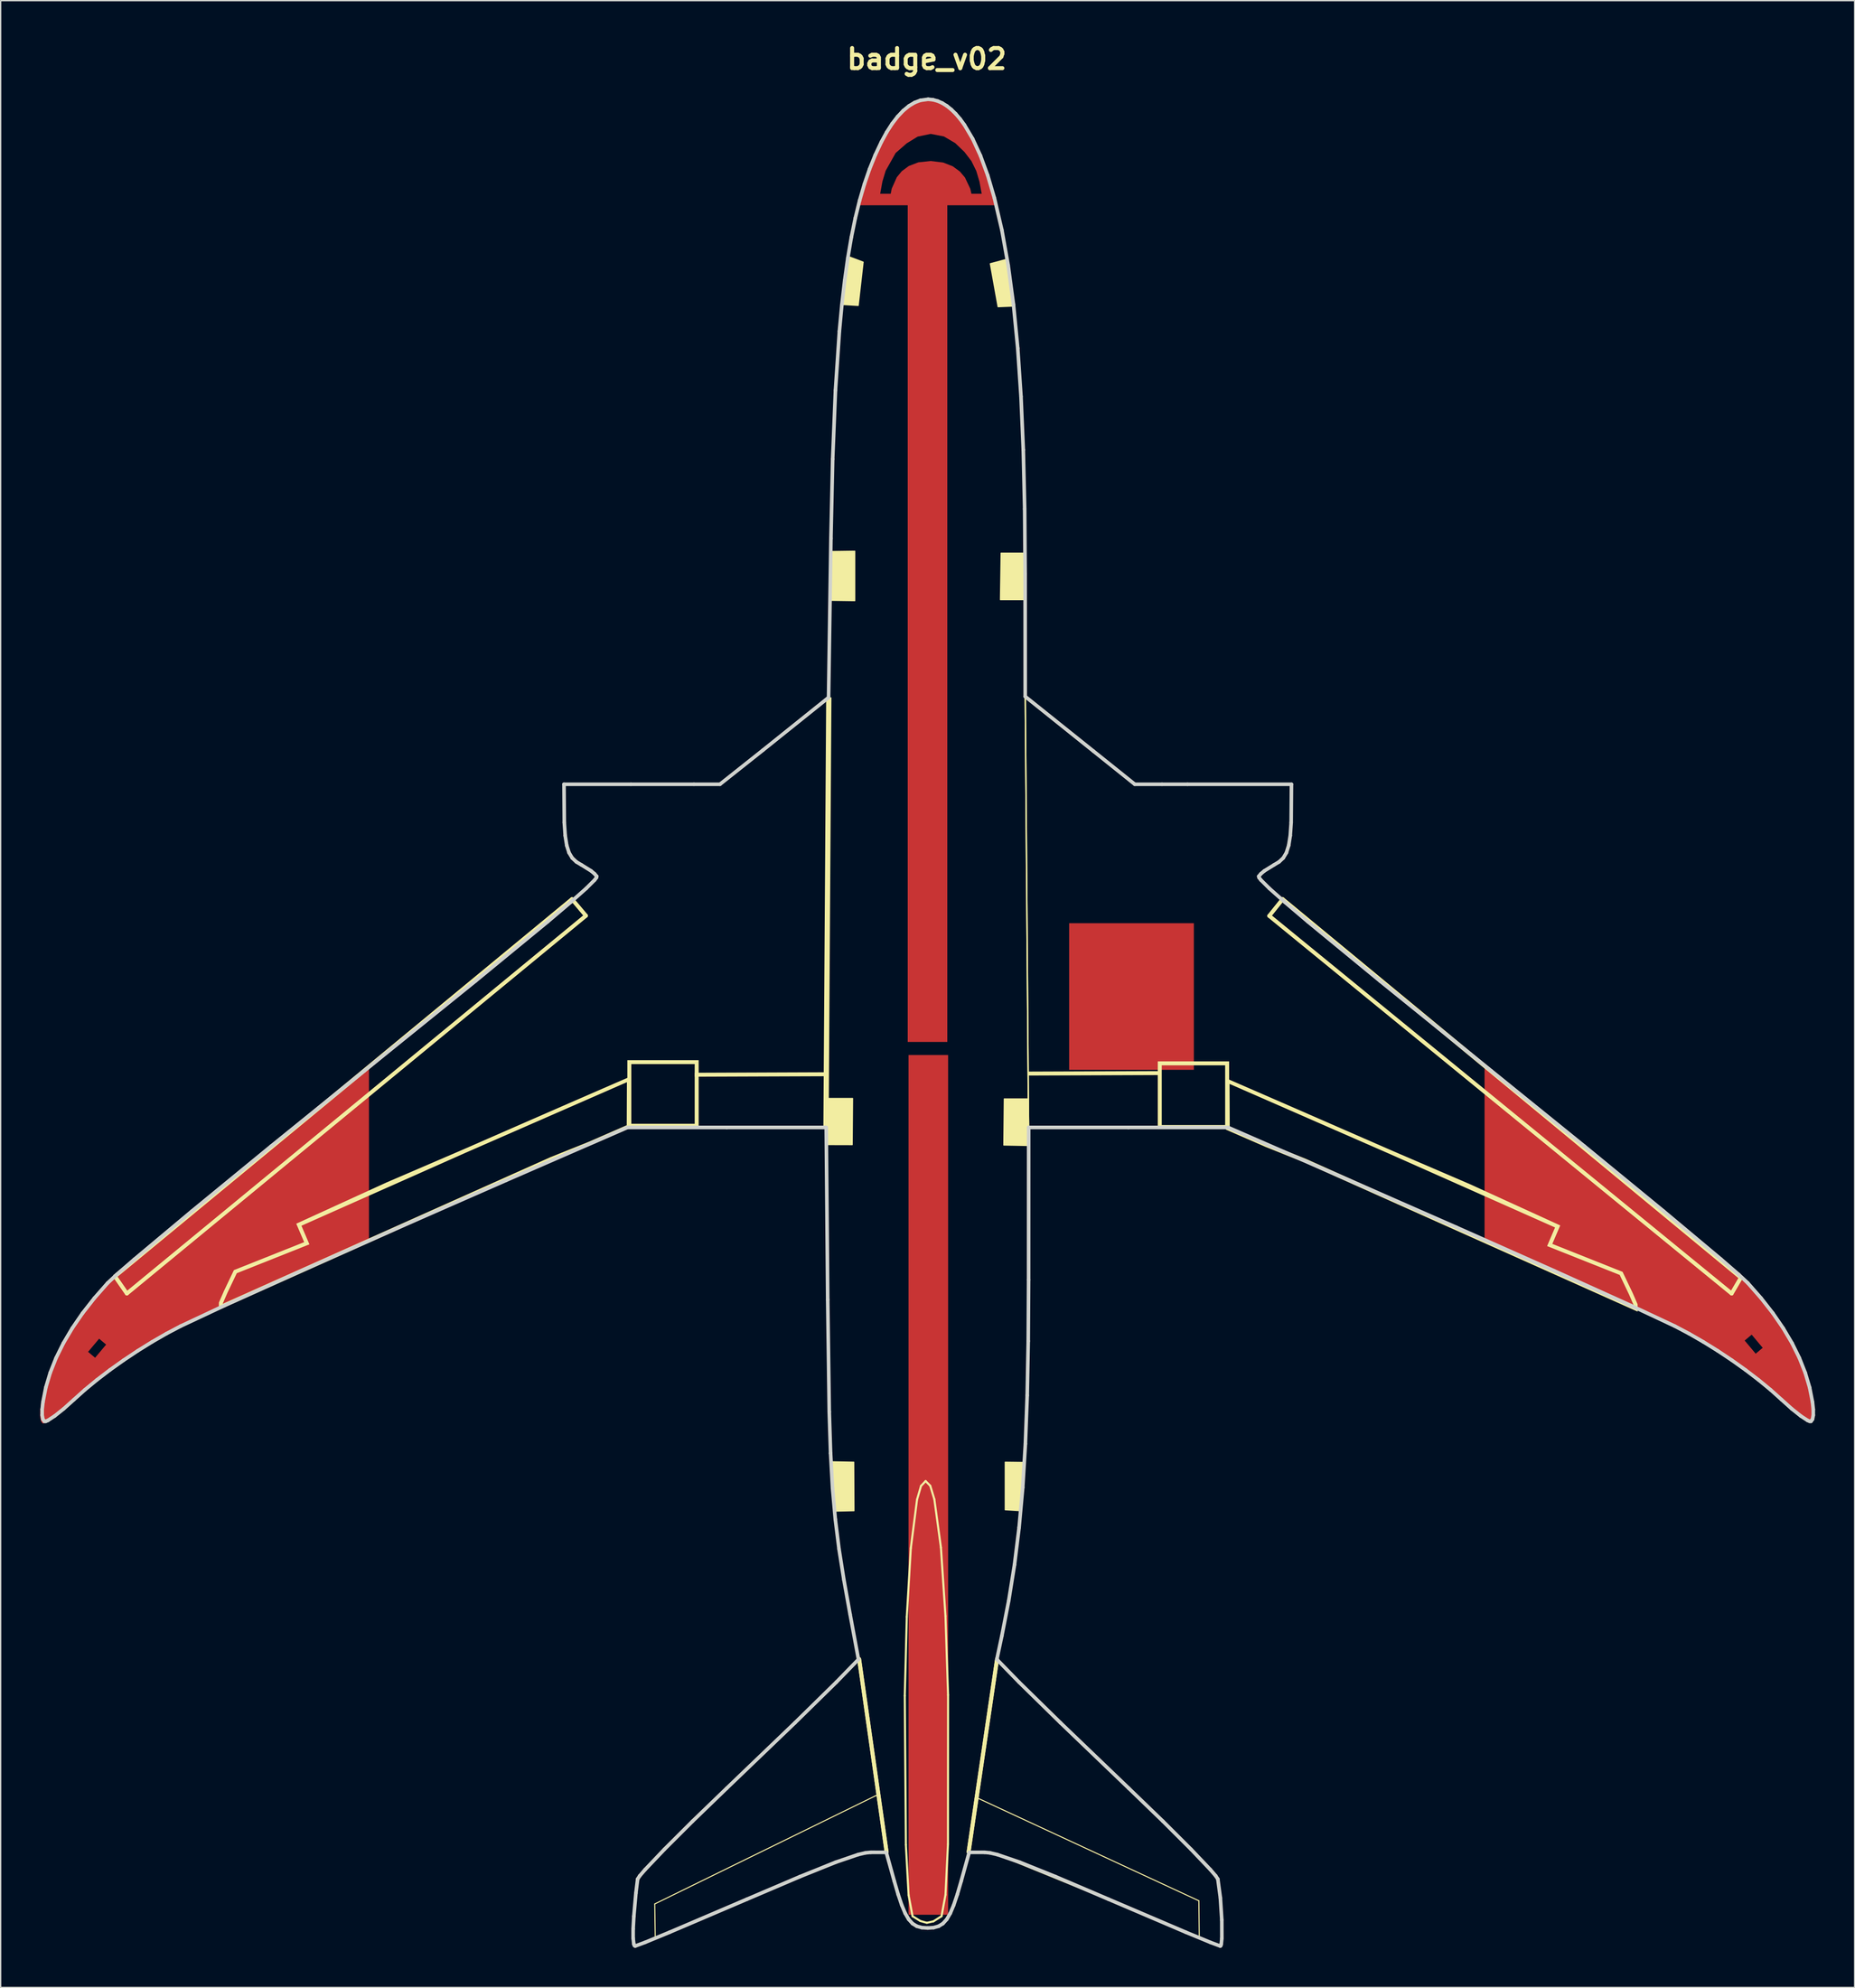
<source format=kicad_pcb>
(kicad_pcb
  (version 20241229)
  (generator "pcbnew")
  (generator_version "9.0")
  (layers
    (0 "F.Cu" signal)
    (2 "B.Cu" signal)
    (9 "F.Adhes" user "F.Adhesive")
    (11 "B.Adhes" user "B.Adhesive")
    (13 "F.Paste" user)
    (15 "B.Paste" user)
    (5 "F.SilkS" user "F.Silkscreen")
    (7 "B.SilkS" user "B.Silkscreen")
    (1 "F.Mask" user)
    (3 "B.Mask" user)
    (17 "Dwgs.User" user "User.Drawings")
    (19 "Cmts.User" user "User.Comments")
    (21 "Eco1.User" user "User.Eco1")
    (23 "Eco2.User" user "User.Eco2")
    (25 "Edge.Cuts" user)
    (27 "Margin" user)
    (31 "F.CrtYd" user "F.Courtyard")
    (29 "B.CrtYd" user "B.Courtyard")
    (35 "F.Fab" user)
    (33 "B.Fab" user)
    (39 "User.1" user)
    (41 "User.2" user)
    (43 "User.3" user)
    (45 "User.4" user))
  (footprint "badge_v02"
    (layer "F.Cu")
    (at 67.226 74.476)
    (property "Reference" "badge_v02" (at 0 -73.05 0) (layer "F.SilkS") (effects (font (size 1.524 1.524) (thickness 0.305))))
    (attr smd)
    (fp_poly (pts (xy -1.442 -63.713) (xy 1.558 -63.713) (xy 1.558 1.461) (xy -1.442 1.461) (xy -1.442 -63.713)) (stroke (width 0) (type solid)) (fill yes) (layer "F.Cu"))
    (fp_poly (pts (xy -1.381 2.454) (xy 1.619 2.454) (xy 1.619 67.628) (xy -1.381 67.628) (xy -1.381 2.454)) (stroke (width 0) (type solid)) (fill yes) (layer "F.Cu"))
    (fp_poly (pts (xy 10.798 -7.539) (xy 20.254 -7.539) (xy 20.254 3.575) (xy 10.798 3.575) (xy 10.798 -7.539)) (stroke (width 0) (type solid)) (fill yes) (layer "F.Cu"))
    (fp_poly (pts (xy -42.298 3.393) (xy -62.76 23.959) (xy -62.228 24.405) (xy -63.065 25.403) (xy -63.597 24.956) (xy -62.76 23.959) (xy -42.298 3.393) (xy -42.804 3.802) (xy -49.861 9.511) (xy -55.882 14.448) (xy -60.228 18.084) (xy -61.574 19.249) (xy -62.262 19.891) (xy -63.268 21.036) (xy -64.162 22.177) (xy -64.944 23.315) (xy -65.615 24.447) (xy -66.172 25.574) (xy -66.617 26.695) (xy -66.948 27.81) (xy -67.166 28.917) (xy -67.225 29.472) (xy -67.226 29.908) (xy -67.169 30.212) (xy -67.054 30.375) (xy -66.955 30.375) (xy -66.786 30.302) (xy -66.274 29.967) (xy -65.593 29.424) (xy -64.816 28.728) (xy -63.992 27.988) (xy -63.078 27.236) (xy -62.093 26.484) (xy -61.055 25.744) (xy -59.981 25.029) (xy -58.891 24.352) (xy -57.802 23.725) (xy -56.733 23.161) (xy -53.398 21.595) (xy -47.571 18.961) (xy -42.298 16.617) (xy -42.298 3.393)) (stroke (width 0) (type solid)) (fill yes) (layer "F.Cu"))
    (fp_poly (pts (xy 42.298 3.241) (xy 62.554 23.652) (xy 63.391 24.649) (xy 62.859 25.096) (xy 62.022 24.098) (xy 62.554 23.652) (xy 42.298 3.241) (xy 42.298 16.465) (xy 47.571 18.809) (xy 53.398 21.443) (xy 56.732 23.009) (xy 57.802 23.574) (xy 58.891 24.2) (xy 59.981 24.877) (xy 61.055 25.592) (xy 62.093 26.332) (xy 63.078 27.084) (xy 63.992 27.836) (xy 64.816 28.576) (xy 65.593 29.272) (xy 66.274 29.815) (xy 66.786 30.15) (xy 66.955 30.223) (xy 67.054 30.223) (xy 67.168 30.06) (xy 67.226 29.756) (xy 67.225 29.32) (xy 67.166 28.765) (xy 66.948 27.658) (xy 66.617 26.543) (xy 66.172 25.423) (xy 65.615 24.295) (xy 64.944 23.163) (xy 64.162 22.025) (xy 63.267 20.884) (xy 62.262 19.739) (xy 61.574 19.097) (xy 60.228 17.932) (xy 55.882 14.296) (xy 49.861 9.359) (xy 42.804 3.65) (xy 42.298 3.241)) (stroke (width 0) (type solid)) (fill yes) (layer "F.Cu"))
    (fp_poly (pts (xy 0.046 -70.09) (xy 0.3 -67.376) (xy 1.303 -67.181) (xy 2.157 -66.679) (xy 2.855 -66.012) (xy 3.386 -65.319) (xy 3.758 -64.561) (xy 3.999 -63.749) (xy 4.167 -62.836) (xy 3.386 -62.836) (xy 3.299 -63.221) (xy 2.898 -64.068) (xy 2.513 -64.522) (xy 1.969 -64.921) (xy 1.241 -65.205) (xy 0.3 -65.319) (xy -0.638 -65.219) (xy -1.361 -64.941) (xy -1.896 -64.545) (xy -2.272 -64.087) (xy -2.656 -63.228) (xy -2.734 -62.836) (xy -3.531 -62.836) (xy -3.363 -63.765) (xy -3.118 -64.579) (xy -2.36 -65.927) (xy -1.523 -66.658) (xy -0.691 -67.169) (xy 0.3 -67.376) (xy 0.046 -70.09) (xy -0.546 -70.008) (xy -0.982 -69.841) (xy -1.415 -69.58) (xy -1.846 -69.226) (xy -2.271 -68.778) (xy -2.689 -68.234) (xy -3.1 -67.594) (xy -3.502 -66.858) (xy -3.967 -65.866) (xy -4.397 -64.802) (xy -4.791 -63.656) (xy -5.152 -62.418) (xy -5.263 -61.966) (xy 5.216 -61.966) (xy 5.069 -62.598) (xy 4.562 -64.316) (xy 4.011 -65.816) (xy 3.418 -67.096) (xy 2.793 -68.153) (xy 2.469 -68.596) (xy 2.139 -68.983) (xy 1.803 -69.312) (xy 1.463 -69.584) (xy 1.119 -69.798) (xy 0.772 -69.953) (xy 0.423 -70.05) (xy 0.046 -70.09)) (stroke (width 0) (type solid)) (fill yes) (layer "F.Cu"))
    (fp_poly (pts (xy -63.597 24.956) (xy -62.76 23.958) (xy -62.228 24.405) (xy -63.065 25.403) (xy -63.597 24.956)) (stroke (width 0) (type solid)) (fill yes) (layer "F.Mask"))
    (fp_poly (pts (xy 63.392 24.649) (xy 62.554 23.652) (xy 62.022 24.098) (xy 62.859 25.096) (xy 63.392 24.649)) (stroke (width 0) (type solid)) (fill yes) (layer "F.Mask"))
    (fp_poly (pts (xy -3.279 -63.753) (xy -3.034 -64.568) (xy -2.276 -65.916) (xy -1.439 -66.646) (xy -0.607 -67.158) (xy 0.384 -67.365) (xy 1.387 -67.17) (xy 2.242 -66.668) (xy 2.939 -66) (xy 3.47 -65.308) (xy 3.842 -64.55) (xy 4.083 -63.737) (xy 4.25 -62.825) (xy 3.47 -62.825) (xy 3.384 -63.209) (xy 2.982 -64.057) (xy 2.597 -64.511) (xy 2.053 -64.909) (xy 1.325 -65.194) (xy 0.384 -65.308) (xy -0.554 -65.208) (xy -1.277 -64.93) (xy -1.812 -64.533) (xy -2.188 -64.076) (xy -2.572 -63.216) (xy -2.65 -62.825) (xy -3.446 -62.825) (xy -3.279 -63.753)) (stroke (width 0.07) (type solid)) (fill yes) (layer "F.Mask"))
    (fp_poly (pts (xy 19.26 -7.152) (xy 16.177 -5.154) (xy 16.256 -5.119) (xy 16.191 -5.038) (xy 16.125 -4.976) (xy 16.033 -5.093) (xy 15.941 -5.209) (xy 15.941 -5.209) (xy 16.019 -5.189) (xy 16.177 -5.154) (xy 19.26 -7.152) (xy 15.822 -4.675) (xy 15.715 -4.554) (xy 15.587 -4.43) (xy 15.573 -4.509) (xy 15.567 -4.703) (xy 15.577 -4.979) (xy 15.577 -4.979) (xy 15.705 -4.827) (xy 15.822 -4.675) (xy 19.26 -7.152) (xy 15.153 -3.93) (xy 15.047 -3.813) (xy 14.621 -3.309) (xy 14.107 -2.663) (xy 13.802 -2.279) (xy 13.783 -2.267) (xy 13.777 -2.279) (xy 13.787 -2.36) (xy 13.86 -2.702) (xy 13.976 -3.063) (xy 14.131 -3.432) (xy 14.322 -3.797) (xy 14.689 -4.363) (xy 15.055 -4.855) (xy 15.151 -4.965) (xy 15.151 -4.965) (xy 15.152 -4.448) (xy 15.153 -3.93) (xy 19.26 -7.152) (xy 19.067 -7.13) (xy 13.278 -1.773) (xy 13.349 -1.757) (xy 13.361 -1.726) (xy 13.269 -1.552) (xy 13.049 -1.209) (xy 12.64 -0.586) (xy 12.543 -0.426) (xy 12.468 -0.593) (xy 12.365 -0.847) (xy 12.282 -1.101) (xy 12.22 -1.354) (xy 12.179 -1.606) (xy 12.158 -1.781) (xy 12.158 -1.781) (xy 12.759 -1.781) (xy 13.278 -1.773) (xy 19.067 -7.13) (xy 18.845 -7.064) (xy 16.775 -4.931) (xy 16.956 -4.83) (xy 17.196 -4.679) (xy 17.423 -4.502) (xy 17.636 -4.302) (xy 17.833 -4.082) (xy 18.011 -3.844) (xy 18.167 -3.592) (xy 18.299 -3.328) (xy 18.406 -3.055) (xy 18.516 -2.63) (xy 18.571 -2.274) (xy 18.558 -2.245) (xy 18.486 -2.23) (xy 17.981 -2.222) (xy 17.39 -2.222) (xy 17.371 -2.353) (xy 17.301 -2.739) (xy 17.204 -3.097) (xy 17.102 -3.358) (xy 16.952 -3.678) (xy 16.781 -4.004) (xy 16.615 -4.284) (xy 16.449 -4.574) (xy 16.497 -4.645) (xy 16.612 -4.769) (xy 16.775 -4.931) (xy 16.775 -4.931) (xy 18.845 -7.064) (xy 18.595 -6.956) (xy 16.027 -4.129) (xy 16.089 -4.186) (xy 16.135 -4.203) (xy 16.135 -4.203) (xy 16.165 -4.191) (xy 16.195 -4.158) (xy 16.274 -4.037) (xy 16.502 -3.643) (xy 16.695 -3.229) (xy 16.84 -2.822) (xy 16.929 -2.446) (xy 16.965 -2.222) (xy 16.266 -2.222) (xy 15.566 -2.222) (xy 15.566 -2.91) (xy 15.566 -3.599) (xy 15.812 -3.883) (xy 16.027 -4.129) (xy 18.595 -6.956) (xy 18.32 -6.806) (xy 18.022 -6.616) (xy 15.153 -3.11) (xy 15.153 -2.666) (xy 15.153 -2.222) (xy 14.808 -2.222) (xy 14.463 -2.236) (xy 14.808 -2.68) (xy 15.153 -3.11) (xy 18.022 -6.616) (xy 17.704 -6.388) (xy 14.094 -1.767) (xy 14.623 -1.775) (xy 15.153 -1.783) (xy 15.153 -1.782) (xy 15.153 -0.402) (xy 15.146 0.976) (xy 14.856 0.595) (xy 14.476 0.053) (xy 14.306 -0.229) (xy 14.154 -0.519) (xy 14.025 -0.807) (xy 13.924 -1.082) (xy 13.823 -1.395) (xy 13.958 -1.581) (xy 14.094 -1.767) (xy 17.704 -6.388) (xy 17.366 -6.121) (xy 17.011 -5.816) (xy 16.788 -5.618) (xy 14.745 -5.193) (xy 14.752 -5.178) (xy 14.726 -5.132) (xy 14.55 -4.897) (xy 14.241 -4.464) (xy 13.967 -4.025) (xy 13.74 -3.602) (xy 13.572 -3.213) (xy 13.43 -2.72) (xy 13.38 -2.478) (xy 13.361 -2.308) (xy 13.361 -2.222) (xy 12.759 -2.222) (xy 12.158 -2.222) (xy 12.18 -2.41) (xy 12.255 -2.81) (xy 12.38 -3.195) (xy 12.552 -3.562) (xy 12.767 -3.905) (xy 13.021 -4.219) (xy 13.31 -4.499) (xy 13.632 -4.739) (xy 13.981 -4.935) (xy 14.34 -5.078) (xy 14.694 -5.185) (xy 14.745 -5.193) (xy 14.745 -5.193) (xy 16.788 -5.618) (xy 13.509 -0.959) (xy 13.586 -0.756) (xy 13.757 -0.371) (xy 13.982 0.046) (xy 14.251 0.475) (xy 14.55 0.893) (xy 14.749 1.162) (xy 14.755 1.188) (xy 14.722 1.192) (xy 14.491 1.13) (xy 14.055 0.965) (xy 13.649 0.746) (xy 13.289 0.484) (xy 13.13 0.34) (xy 12.989 0.189) (xy 12.854 0.031) (xy 12.917 -0.078) (xy 13.244 -0.573) (xy 13.509 -0.959) (xy 13.509 -0.959) (xy 16.788 -5.618) (xy 16.552 -5.697) (xy 16.267 -5.782) (xy 15.997 -5.836) (xy 15.707 -5.865) (xy 15.36 -5.873) (xy 15.567 -1.781) (xy 16.266 -1.781) (xy 16.965 -1.781) (xy 16.931 -1.567) (xy 16.878 -1.308) (xy 16.801 -1.045) (xy 16.701 -0.778) (xy 16.574 -0.503) (xy 16.422 -0.22) (xy 16.241 0.075) (xy 15.794 0.707) (xy 15.577 0.976) (xy 15.567 -0.402) (xy 15.567 -1.781) (xy 15.567 -1.781) (xy 15.36 -5.873) (xy 14.927 -5.86) (xy 14.603 -5.81) (xy 14.33 -5.741) (xy 14.065 -5.655) (xy 13.811 -5.551) (xy 13.567 -5.432) (xy 13.334 -5.296) (xy 13.112 -5.145) (xy 12.902 -4.979) (xy 12.704 -4.798) (xy 12.52 -4.604) (xy 12.348 -4.396) (xy 12.191 -4.175) (xy 12.048 -3.942) (xy 11.921 -3.697) (xy 11.809 -3.441) (xy 11.712 -3.174) (xy 11.633 -2.897) (xy 11.591 -2.715) (xy 11.568 -2.551) (xy 11.556 -2.002) (xy 18.363 -1.782) (xy 18.508 -1.766) (xy 18.546 -1.746) (xy 18.565 -1.715) (xy 18.562 -1.61) (xy 18.529 -1.433) (xy 18.479 -1.197) (xy 18.412 -0.967) (xy 18.33 -0.745) (xy 18.231 -0.53) (xy 18.117 -0.322) (xy 17.987 -0.122) (xy 17.841 0.069) (xy 17.679 0.252) (xy 17.387 0.524) (xy 17.058 0.761) (xy 16.708 0.954) (xy 16.352 1.094) (xy 16.039 1.182) (xy 15.946 1.202) (xy 16.166 0.916) (xy 16.419 0.574) (xy 16.641 0.24) (xy 16.834 -0.087) (xy 16.998 -0.408) (xy 17.133 -0.724) (xy 17.241 -1.036) (xy 17.32 -1.344) (xy 17.373 -1.65) (xy 17.389 -1.781) (xy 17.98 -1.781) (xy 18.363 -1.782) (xy 18.363 -1.782) (xy 18.363 -1.782) (xy 11.556 -2.002) (xy 11.567 -1.451) (xy 11.59 -1.288) (xy 11.632 -1.106) (xy 11.715 -0.823) (xy 11.817 -0.539) (xy 11.933 -0.271) (xy 12.057 -0.033) (xy 12.182 0.185) (xy 12.067 0.394) (xy 11.753 1.015) (xy 11.478 1.641) (xy 11.356 1.969) (xy 11.278 2.235) (xy 11.237 2.472) (xy 11.225 2.713) (xy 11.235 2.933) (xy 11.271 3.09) (xy 11.34 3.202) (xy 11.448 3.286) (xy 11.57 3.336) (xy 11.744 3.338) (xy 11.903 3.311) (xy 12.079 3.25) (xy 12.273 3.155) (xy 12.484 3.027) (xy 12.71 2.867) (xy 12.95 2.674) (xy 13.472 2.194) (xy 13.899 1.771) (xy 13.637 1.975) (xy 13.04 2.417) (xy 12.528 2.747) (xy 12.106 2.963) (xy 11.931 3.027) (xy 11.781 3.061) (xy 11.67 3.064) (xy 11.597 3.016) (xy 11.564 2.977) (xy 11.547 2.931) (xy 11.55 2.744) (xy 11.607 2.43) (xy 11.74 2.043) (xy 11.95 1.581) (xy 12.237 1.04) (xy 12.487 0.593) (xy 12.738 0.829) (xy 12.932 0.999) (xy 13.133 1.154) (xy 13.342 1.296) (xy 13.558 1.422) (xy 14.007 1.63) (xy 14.475 1.777) (xy 14.958 1.862) (xy 15.204 1.881) (xy 15.451 1.884) (xy 15.699 1.87) (xy 15.947 1.841) (xy 16.196 1.795) (xy 16.443 1.732) (xy 16.717 1.635) (xy 17.026 1.495) (xy 17.329 1.333) (xy 17.587 1.169) (xy 17.834 0.967) (xy 18.102 0.709) (xy 18.35 0.437) (xy 18.54 0.19) (xy 18.739 -0.146) (xy 18.909 -0.51) (xy 19.045 -0.891) (xy 19.142 -1.277) (xy 19.18 -1.598) (xy 19.193 -2.001) (xy 19.18 -2.405) (xy 19.142 -2.725) (xy 19.046 -3.111) (xy 18.913 -3.483) (xy 18.745 -3.841) (xy 18.54 -4.184) (xy 18.329 -4.459) (xy 18.054 -4.755) (xy 17.759 -5.03) (xy 17.486 -5.241) (xy 17.24 -5.403) (xy 17.487 -5.64) (xy 17.81 -5.935) (xy 18.123 -6.198) (xy 18.42 -6.422) (xy 18.694 -6.604) (xy 18.936 -6.738) (xy 19.139 -6.821) (xy 19.296 -6.847) (xy 19.354 -6.838) (xy 19.399 -6.813) (xy 19.438 -6.76) (xy 19.463 -6.683) (xy 19.472 -6.465) (xy 19.426 -6.169) (xy 19.327 -5.803) (xy 19.254 -5.591) (xy 19.211 -5.503) (xy 19.026 -5.7) (xy 18.896 -5.843) (xy 18.866 -5.86) (xy 18.854 -5.845) (xy 18.747 -4.382) (xy 19.328 -4.864) (xy 19.905 -5.351) (xy 19.769 -5.369) (xy 19.503 -5.39) (xy 19.41 -5.398) (xy 19.372 -5.413) (xy 19.496 -5.728) (xy 19.595 -5.981) (xy 19.667 -6.21) (xy 19.711 -6.415) (xy 19.73 -6.595) (xy 19.721 -6.751) (xy 19.685 -6.884) (xy 19.622 -6.992) (xy 19.533 -7.077) (xy 19.411 -7.134) (xy 19.26 -7.153) (xy 19.26 -7.152)) (stroke (width 0.007) (type solid)) (fill yes) (layer "F.Mask"))
    (fp_line (start -61.559 19.23) (end -60.656 20.534) (stroke (width 0.3) (type solid)) (layer "F.SilkS"))
    (fp_line (start -60.656 20.534) (end -25.844 -8.108) (stroke (width 0.3) (type solid)) (layer "F.SilkS"))
    (fp_line (start -26.902 -9.362) (end -61.559 19.23) (stroke (width 0.3) (type solid)) (layer "F.SilkS"))
    (fp_line (start -25.844 -8.108) (end -26.902 -9.362) (stroke (width 0.3) (type solid)) (layer "F.SilkS"))
    (fp_line (start -20.627 66.808) (end -3.673 58.506) (stroke (width 0.079) (type solid)) (layer "F.SilkS"))
    (fp_line (start -20.589 69.323) (end -20.627 66.808) (stroke (width 0.079) (type solid)) (layer "F.SilkS"))
    (fp_line (start -19.775 69.07) (end -20.589 69.323) (stroke (width 0.079) (type solid)) (layer "F.SilkS"))
    (fp_line (start -17.65 68.202) (end -19.775 69.07) (stroke (width 0.079) (type solid)) (layer "F.SilkS"))
    (fp_line (start -14.704 66.956) (end -17.65 68.202) (stroke (width 0.079) (type solid)) (layer "F.SilkS"))
    (fp_line (start -11.425 65.569) (end -14.704 66.956) (stroke (width 0.079) (type solid)) (layer "F.SilkS"))
    (fp_line (start -8.303 64.276) (end -11.425 65.569) (stroke (width 0.079) (type solid)) (layer "F.SilkS"))
    (fp_line (start -5.825 63.315) (end -8.303 64.276) (stroke (width 0.079) (type solid)) (layer "F.SilkS"))
    (fp_line (start -5.127 48.248) (end -3.046 62.87) (stroke (width 0.3) (type solid)) (layer "F.SilkS"))
    (fp_line (start -4.482 62.923) (end -5.825 63.315) (stroke (width 0.079) (type solid)) (layer "F.SilkS"))
    (fp_line (start -3.673 58.506) (end -3.048 62.862) (stroke (width 0.079) (type solid)) (layer "F.SilkS"))
    (fp_line (start -3.048 62.862) (end -4.482 62.923) (stroke (width 0.079) (type solid)) (layer "F.SilkS"))
    (fp_line (start -3.046 62.87) (end -5.127 48.248) (stroke (width 0.3) (type solid)) (layer "F.SilkS"))
    (fp_line (start -1.667 51.024) (end -1.583 62.326) (stroke (width 0.159) (type solid)) (layer "F.SilkS"))
    (fp_line (start -1.583 62.326) (end -1.376 66.143) (stroke (width 0.159) (type solid)) (layer "F.SilkS"))
    (fp_line (start -1.513 45.04) (end -1.667 51.024) (stroke (width 0.159) (type solid)) (layer "F.SilkS"))
    (fp_line (start -1.376 66.143) (end -1.078 67.738) (stroke (width 0.159) (type solid)) (layer "F.SilkS"))
    (fp_line (start -1.208 39.833) (end -1.513 45.04) (stroke (width 0.159) (type solid)) (layer "F.SilkS"))
    (fp_line (start -1.078 67.738) (end -0.487 68.102) (stroke (width 0.159) (type solid)) (layer "F.SilkS"))
    (fp_line (start -0.737 36.154) (end -1.208 39.833) (stroke (width 0.159) (type solid)) (layer "F.SilkS"))
    (fp_line (start -0.487 68.102) (end 0.007 68.239) (stroke (width 0.159) (type solid)) (layer "F.SilkS"))
    (fp_line (start -0.435 35.121) (end -0.737 36.154) (stroke (width 0.159) (type solid)) (layer "F.SilkS"))
    (fp_line (start -0.086 34.752) (end -0.085 34.752) (stroke (width 0.159) (type solid)) (layer "F.SilkS"))
    (fp_line (start -0.085 34.752) (end -0.435 35.121) (stroke (width 0.159) (type solid)) (layer "F.SilkS"))
    (fp_line (start 0.007 68.239) (end 0.508 68.127) (stroke (width 0.159) (type solid)) (layer "F.SilkS"))
    (fp_line (start 0.266 35.109) (end -0.086 34.752) (stroke (width 0.159) (type solid)) (layer "F.SilkS"))
    (fp_line (start 0.508 68.127) (end 1.121 67.738) (stroke (width 0.159) (type solid)) (layer "F.SilkS"))
    (fp_line (start 0.576 36.13) (end 0.266 35.109) (stroke (width 0.159) (type solid)) (layer "F.SilkS"))
    (fp_line (start 1.075 39.791) (end 0.576 36.13) (stroke (width 0.159) (type solid)) (layer "F.SilkS"))
    (fp_line (start 1.121 67.738) (end 1.42 66.115) (stroke (width 0.159) (type solid)) (layer "F.SilkS"))
    (fp_line (start 1.419 44.985) (end 1.075 39.791) (stroke (width 0.159) (type solid)) (layer "F.SilkS"))
    (fp_line (start 1.42 66.115) (end 1.608 62.278) (stroke (width 0.159) (type solid)) (layer "F.SilkS"))
    (fp_line (start 1.608 62.278) (end 1.616 50.964) (stroke (width 0.159) (type solid)) (layer "F.SilkS"))
    (fp_line (start 1.616 50.964) (end 1.419 44.985) (stroke (width 0.159) (type solid)) (layer "F.SilkS"))
    (fp_line (start 3.174 62.87) (end 5.331 48.248) (stroke (width 0.3) (type solid)) (layer "F.SilkS"))
    (fp_line (start 3.193 62.856) (end 3.801 58.757) (stroke (width 0.079) (type solid)) (layer "F.SilkS"))
    (fp_line (start 3.801 58.757) (end 20.634 66.57) (stroke (width 0.079) (type solid)) (layer "F.SilkS"))
    (fp_line (start 5.261 63.035) (end 3.193 62.856) (stroke (width 0.079) (type solid)) (layer "F.SilkS"))
    (fp_line (start 5.331 48.248) (end 3.174 62.87) (stroke (width 0.3) (type solid)) (layer "F.SilkS"))
    (fp_line (start 7.47 -24.694) (end 7.718 7.902) (stroke (width 0.106) (type solid)) (layer "F.SilkS"))
    (fp_line (start 7.718 7.902) (end 7.47 -24.694) (stroke (width 0.106) (type solid)) (layer "F.SilkS"))
    (fp_line (start 20.634 66.57) (end 20.665 69.311) (stroke (width 0.079) (type solid)) (layer "F.SilkS"))
    (fp_line (start 20.665 69.311) (end 5.261 63.035) (stroke (width 0.079) (type solid)) (layer "F.SilkS"))
    (fp_line (start 25.972 -8.095) (end 61.034 20.534) (stroke (width 0.3) (type solid)) (layer "F.SilkS"))
    (fp_line (start 26.988 -9.362) (end 25.972 -8.095) (stroke (width 0.3) (type solid)) (layer "F.SilkS"))
    (fp_line (start 61.034 20.534) (end 61.737 19.33) (stroke (width 0.3) (type solid)) (layer "F.SilkS"))
    (fp_line (start 61.737 19.33) (end 26.988 -9.362) (stroke (width 0.3) (type solid)) (layer "F.SilkS"))
    (fp_poly (pts (xy -7.676 5.738) (xy -5.619 5.738) (xy -5.647 9.254) (xy -7.64 9.249) (xy -7.676 5.738)) (stroke (width 0.07) (type solid)) (fill yes) (layer "F.SilkS"))
    (fp_poly (pts (xy -7.627 -24.66) (xy -7.839 8.008) (xy -7.441 8.01) (xy -7.228 -24.658) (xy -7.627 -24.66)) (stroke (width 0) (type solid)) (fill yes) (layer "F.SilkS"))
    (fp_poly (pts (xy -7.623 3.761) (xy -17.589 3.797) (xy -17.589 4.097) (xy -7.623 4.062) (xy -7.623 3.761)) (stroke (width 0) (type solid)) (fill yes) (layer "F.SilkS"))
    (fp_poly (pts (xy -7.335 -35.721) (xy -5.454 -35.746) (xy -5.454 -31.984) (xy -7.36 -32.009) (xy -7.335 -35.721)) (stroke (width 0.07) (type solid)) (fill yes) (layer "F.SilkS"))
    (fp_poly (pts (xy -7.286 33.28) (xy -5.53 33.315) (xy -5.512 37.004) (xy -7.037 37.04) (xy -7.286 33.28)) (stroke (width 0.07) (type solid)) (fill yes) (layer "F.SilkS"))
    (fp_poly (pts (xy -5.881 -58.057) (xy -4.821 -57.658) (xy -5.195 -54.367) (xy -6.442 -54.442) (xy -5.881 -58.057)) (stroke (width 0.078) (type solid)) (fill yes) (layer "F.SilkS"))
    (fp_poly (pts (xy 6.05 -57.866) (xy 4.821 -57.535) (xy 5.409 -54.273) (xy 6.604 -54.323) (xy 6.05 -57.866)) (stroke (width 0.083) (type solid)) (fill yes) (layer "F.SilkS"))
    (fp_poly (pts (xy 7.399 33.333) (xy 5.944 33.315) (xy 5.944 36.933) (xy 7.115 37.004) (xy 7.399 33.333)) (stroke (width 0.07) (type solid)) (fill yes) (layer "F.SilkS"))
    (fp_poly (pts (xy 7.438 -35.596) (xy 5.632 -35.596) (xy 5.582 -32.06) (xy 7.413 -32.06) (xy 7.438 -35.596)) (stroke (width 0.07) (type solid)) (fill yes) (layer "F.SilkS"))
    (fp_poly (pts (xy 7.718 5.774) (xy 5.873 5.774) (xy 5.838 9.285) (xy 7.753 9.321) (xy 7.718 5.774)) (stroke (width 0.07) (type solid)) (fill yes) (layer "F.SilkS"))
    (fp_poly (pts (xy 17.649 3.674) (xy 7.682 3.709) (xy 7.682 4.008) (xy 17.649 3.973) (xy 17.649 3.674)) (stroke (width 0) (type solid)) (fill yes) (layer "F.SilkS"))
    (fp_poly (pts (xy -22.704 2.842) (xy -22.403 3.141) (xy -17.597 3.141) (xy -17.597 7.666) (xy -22.403 7.666) (xy -22.403 3.141) (xy -22.704 2.842) (xy -22.704 7.965) (xy -17.296 7.965) (xy -17.296 2.842) (xy -19.099 2.842) (xy -20.901 2.842) (xy -22.704 2.842)) (stroke (width 0) (type solid)) (fill yes) (layer "F.SilkS"))
    (fp_poly (pts (xy 17.52 2.935) (xy 17.821 3.234) (xy 22.627 3.234) (xy 22.627 7.76) (xy 17.821 7.76) (xy 17.821 3.234) (xy 17.52 2.935) (xy 17.52 8.058) (xy 22.928 8.058) (xy 22.928 2.935) (xy 21.125 2.935) (xy 19.323 2.935) (xy 17.52 2.935)) (stroke (width 0) (type solid)) (fill yes) (layer "F.SilkS"))
    (fp_poly (pts (xy -35.097 9.59) (xy -47.418 15.394) (xy -34.976 9.865) (xy -22.736 4.511) (xy -22.75 7.775) (xy -25.625 9.029) (xy -28.511 10.187) (xy -28.517 10.189) (xy -53.377 21.31) (xy -53.377 21.279) (xy -53.027 20.474) (xy -52.32 18.994) (xy -46.814 16.805) (xy -47.418 15.394) (xy -35.097 9.59) (xy -40.981 12.12) (xy -47.81 15.24) (xy -47.211 16.638) (xy -52.539 18.76) (xy -53.298 20.349) (xy -53.675 21.215) (xy -53.681 21.775) (xy -28.41 10.47) (xy -28.4 10.466) (xy -25.454 9.283) (xy -22.541 8.013) (xy -22.451 7.974) (xy -22.424 4.064) (xy -24.539 4.982) (xy -26.652 5.901) (xy -28.764 6.822) (xy -30.876 7.744) (xy -32.987 8.667) (xy -35.097 9.59) (xy -35.097 9.59)) (stroke (width 0) (type solid)) (fill yes) (layer "F.SilkS"))
    (fp_poly (pts (xy 35.324 9.722) (xy 47.644 15.527) (xy 35.203 9.997) (xy 22.963 4.644) (xy 22.962 4.644) (xy 22.976 7.907) (xy 25.851 9.161) (xy 28.738 10.32) (xy 28.744 10.322) (xy 53.603 21.443) (xy 53.603 21.411) (xy 53.254 20.607) (xy 52.547 19.126) (xy 47.041 16.937) (xy 47.644 15.527) (xy 35.324 9.722) (xy 41.208 12.252) (xy 48.037 15.372) (xy 47.437 16.771) (xy 52.765 18.892) (xy 53.525 20.482) (xy 53.902 21.347) (xy 53.908 21.907) (xy 28.637 10.603) (xy 28.627 10.599) (xy 25.681 9.415) (xy 22.767 8.146) (xy 22.677 8.106) (xy 22.651 4.196) (xy 24.766 5.114) (xy 26.879 6.034) (xy 28.991 6.955) (xy 31.102 7.877) (xy 33.213 8.799) (xy 35.324 9.722) (xy 35.324 9.722)) (stroke (width 0) (type solid)) (fill yes) (layer "F.SilkS"))
    (fp_line (start -67.079 29.756) (end -67.022 30.061) (stroke (width 0.273) (type solid)) (layer "Edge.Cuts"))
    (fp_line (start -67.079 29.321) (end -67.079 29.756) (stroke (width 0.273) (type solid)) (layer "Edge.Cuts"))
    (fp_line (start -67.022 30.061) (end -66.907 30.223) (stroke (width 0.273) (type solid)) (layer "Edge.Cuts"))
    (fp_line (start -67.019 28.765) (end -67.079 29.321) (stroke (width 0.273) (type solid)) (layer "Edge.Cuts"))
    (fp_line (start -66.907 30.223) (end -66.808 30.223) (stroke (width 0.273) (type solid)) (layer "Edge.Cuts"))
    (fp_line (start -66.808 30.223) (end -66.639 30.15) (stroke (width 0.273) (type solid)) (layer "Edge.Cuts"))
    (fp_line (start -66.802 27.658) (end -67.019 28.765) (stroke (width 0.273) (type solid)) (layer "Edge.Cuts"))
    (fp_line (start -66.639 30.15) (end -66.127 29.815) (stroke (width 0.273) (type solid)) (layer "Edge.Cuts"))
    (fp_line (start -66.47 26.544) (end -66.802 27.658) (stroke (width 0.273) (type solid)) (layer "Edge.Cuts"))
    (fp_line (start -66.127 29.815) (end -65.446 29.273) (stroke (width 0.273) (type solid)) (layer "Edge.Cuts"))
    (fp_line (start -66.026 25.423) (end -66.47 26.544) (stroke (width 0.273) (type solid)) (layer "Edge.Cuts"))
    (fp_line (start -65.468 24.296) (end -66.026 25.423) (stroke (width 0.273) (type solid)) (layer "Edge.Cuts"))
    (fp_line (start -65.446 29.273) (end -64.669 28.576) (stroke (width 0.273) (type solid)) (layer "Edge.Cuts"))
    (fp_line (start -64.798 23.163) (end -65.468 24.296) (stroke (width 0.273) (type solid)) (layer "Edge.Cuts"))
    (fp_line (start -64.669 28.576) (end -63.845 27.836) (stroke (width 0.273) (type solid)) (layer "Edge.Cuts"))
    (fp_line (start -64.016 22.026) (end -64.798 23.163) (stroke (width 0.273) (type solid)) (layer "Edge.Cuts"))
    (fp_line (start -63.845 27.836) (end -62.932 27.084) (stroke (width 0.273) (type solid)) (layer "Edge.Cuts"))
    (fp_line (start -63.122 20.886) (end -64.016 22.026) (stroke (width 0.273) (type solid)) (layer "Edge.Cuts"))
    (fp_line (start -62.932 27.084) (end -61.947 26.332) (stroke (width 0.273) (type solid)) (layer "Edge.Cuts"))
    (fp_line (start -62.117 19.742) (end -63.122 20.886) (stroke (width 0.273) (type solid)) (layer "Edge.Cuts"))
    (fp_line (start -61.947 26.332) (end -60.908 25.592) (stroke (width 0.273) (type solid)) (layer "Edge.Cuts"))
    (fp_line (start -61.43 19.1) (end -62.117 19.742) (stroke (width 0.273) (type solid)) (layer "Edge.Cuts"))
    (fp_line (start -60.908 25.592) (end -59.834 24.877) (stroke (width 0.273) (type solid)) (layer "Edge.Cuts"))
    (fp_line (start -60.084 17.936) (end -61.43 19.1) (stroke (width 0.273) (type solid)) (layer "Edge.Cuts"))
    (fp_line (start -59.834 24.877) (end -58.744 24.2) (stroke (width 0.273) (type solid)) (layer "Edge.Cuts"))
    (fp_line (start -58.744 24.2) (end -57.655 23.573) (stroke (width 0.273) (type solid)) (layer "Edge.Cuts"))
    (fp_line (start -57.655 23.573) (end -56.585 23.009) (stroke (width 0.273) (type solid)) (layer "Edge.Cuts"))
    (fp_line (start -56.585 23.009) (end -53.25 21.443) (stroke (width 0.273) (type solid)) (layer "Edge.Cuts"))
    (fp_line (start -55.738 14.301) (end -60.084 17.936) (stroke (width 0.273) (type solid)) (layer "Edge.Cuts"))
    (fp_line (start -53.25 21.443) (end -47.424 18.81) (stroke (width 0.273) (type solid)) (layer "Edge.Cuts"))
    (fp_line (start -49.716 9.364) (end -55.738 14.301) (stroke (width 0.273) (type solid)) (layer "Edge.Cuts"))
    (fp_line (start -47.424 18.81) (end -40.004 15.51) (stroke (width 0.273) (type solid)) (layer "Edge.Cuts"))
    (fp_line (start -42.658 3.655) (end -49.716 9.364) (stroke (width 0.273) (type solid)) (layer "Edge.Cuts"))
    (fp_line (start -40.004 15.51) (end -31.888 11.948) (stroke (width 0.273) (type solid)) (layer "Edge.Cuts"))
    (fp_line (start -34.206 -3.169) (end -42.658 3.655) (stroke (width 0.273) (type solid)) (layer "Edge.Cuts"))
    (fp_line (start -31.888 11.948) (end -22.705 7.944) (stroke (width 0.273) (type solid)) (layer "Edge.Cuts"))
    (fp_line (start -28.737 -7.661) (end -34.206 -3.169) (stroke (width 0.273) (type solid)) (layer "Edge.Cuts"))
    (fp_line (start -27.508 -18.071) (end -27.486 -15.177) (stroke (width 0.273) (type solid)) (layer "Edge.Cuts"))
    (fp_line (start -27.486 -15.177) (end -27.418 -14.185) (stroke (width 0.273) (type solid)) (layer "Edge.Cuts"))
    (fp_line (start -27.418 -14.185) (end -27.3 -13.437) (stroke (width 0.273) (type solid)) (layer "Edge.Cuts"))
    (fp_line (start -27.3 -13.437) (end -27.126 -12.886) (stroke (width 0.273) (type solid)) (layer "Edge.Cuts"))
    (fp_line (start -27.126 -12.886) (end -26.885 -12.485) (stroke (width 0.273) (type solid)) (layer "Edge.Cuts"))
    (fp_line (start -26.986 -9.146) (end -28.737 -7.661) (stroke (width 0.273) (type solid)) (layer "Edge.Cuts"))
    (fp_line (start -26.885 -12.485) (end -26.571 -12.19) (stroke (width 0.273) (type solid)) (layer "Edge.Cuts"))
    (fp_line (start -26.571 -12.19) (end -26.175 -11.953) (stroke (width 0.273) (type solid)) (layer "Edge.Cuts"))
    (fp_line (start -26.175 -11.953) (end -25.454 -11.506) (stroke (width 0.273) (type solid)) (layer "Edge.Cuts"))
    (fp_line (start -25.82 -10.182) (end -26.986 -9.146) (stroke (width 0.273) (type solid)) (layer "Edge.Cuts"))
    (fp_line (start -25.454 -11.506) (end -25.185 -11.28) (stroke (width 0.273) (type solid)) (layer "Edge.Cuts"))
    (fp_line (start -25.185 -11.28) (end -25.026 -11.091) (stroke (width 0.273) (type solid)) (layer "Edge.Cuts"))
    (fp_line (start -25.184 -10.815) (end -25.82 -10.182) (stroke (width 0.273) (type solid)) (layer "Edge.Cuts"))
    (fp_line (start -25.049 -10.995) (end -25.184 -10.815) (stroke (width 0.273) (type solid)) (layer "Edge.Cuts"))
    (fp_line (start -25.026 -11.091) (end -25.049 -10.995) (stroke (width 0.273) (type solid)) (layer "Edge.Cuts"))
    (fp_line (start -22.705 7.944) (end -15.164 7.944) (stroke (width 0.273) (type solid)) (layer "Edge.Cuts"))
    (fp_line (start -22.433 -18.071) (end -27.508 -18.071) (stroke (width 0.273) (type solid)) (layer "Edge.Cuts"))
    (fp_line (start -22.265 69.406) (end -22.213 69.849) (stroke (width 0.273) (type solid)) (layer "Edge.Cuts"))
    (fp_line (start -22.264 68.698) (end -22.265 69.406) (stroke (width 0.273) (type solid)) (layer "Edge.Cuts"))
    (fp_line (start -22.213 69.849) (end -22.168 69.962) (stroke (width 0.273) (type solid)) (layer "Edge.Cuts"))
    (fp_line (start -22.211 67.746) (end -22.264 68.698) (stroke (width 0.273) (type solid)) (layer "Edge.Cuts"))
    (fp_line (start -22.168 69.962) (end -22.11 70.001) (stroke (width 0.273) (type solid)) (layer "Edge.Cuts"))
    (fp_line (start -22.11 70.001) (end -21.357 69.721) (stroke (width 0.273) (type solid)) (layer "Edge.Cuts"))
    (fp_line (start -22.056 65.987) (end -22.211 67.746) (stroke (width 0.273) (type solid)) (layer "Edge.Cuts"))
    (fp_line (start -21.925 64.924) (end -22.056 65.987) (stroke (width 0.273) (type solid)) (layer "Edge.Cuts"))
    (fp_line (start -21.767 64.681) (end -21.925 64.924) (stroke (width 0.273) (type solid)) (layer "Edge.Cuts"))
    (fp_line (start -21.357 69.721) (end -19.507 68.957) (stroke (width 0.273) (type solid)) (layer "Edge.Cuts"))
    (fp_line (start -21.357 64.206) (end -21.767 64.681) (stroke (width 0.273) (type solid)) (layer "Edge.Cuts"))
    (fp_line (start -19.895 62.669) (end -21.357 64.206) (stroke (width 0.273) (type solid)) (layer "Edge.Cuts"))
    (fp_line (start -19.507 68.957) (end -13.627 66.447) (stroke (width 0.273) (type solid)) (layer "Edge.Cuts"))
    (fp_line (start -17.76 60.539) (end -19.895 62.669) (stroke (width 0.273) (type solid)) (layer "Edge.Cuts"))
    (fp_line (start -17.655 -18.071) (end -22.433 -18.071) (stroke (width 0.273) (type solid)) (layer "Edge.Cuts"))
    (fp_line (start -15.683 -18.071) (end -17.655 -18.071) (stroke (width 0.273) (type solid)) (layer "Edge.Cuts"))
    (fp_line (start -15.174 58.043) (end -17.76 60.539) (stroke (width 0.273) (type solid)) (layer "Edge.Cuts"))
    (fp_line (start -15.164 7.944) (end -7.623 7.944) (stroke (width 0.273) (type solid)) (layer "Edge.Cuts"))
    (fp_line (start -13.627 66.447) (end -9.621 64.739) (stroke (width 0.273) (type solid)) (layer "Edge.Cuts"))
    (fp_line (start -12.427 -20.654) (end -15.683 -18.071) (stroke (width 0.273) (type solid)) (layer "Edge.Cuts"))
    (fp_line (start -9.994 53.075) (end -15.174 58.043) (stroke (width 0.273) (type solid)) (layer "Edge.Cuts"))
    (fp_line (start -9.621 64.739) (end -6.903 63.645) (stroke (width 0.273) (type solid)) (layer "Edge.Cuts"))
    (fp_line (start -7.623 7.944) (end -7.511 20.998) (stroke (width 0.273) (type solid)) (layer "Edge.Cuts"))
    (fp_line (start -7.511 20.998) (end -7.393 29.503) (stroke (width 0.273) (type solid)) (layer "Edge.Cuts"))
    (fp_line (start -7.445 -24.648) (end -12.427 -20.654) (stroke (width 0.273) (type solid)) (layer "Edge.Cuts"))
    (fp_line (start -7.393 29.503) (end -7.292 32.642) (stroke (width 0.273) (type solid)) (layer "Edge.Cuts"))
    (fp_line (start -7.292 32.642) (end -7.144 35.292) (stroke (width 0.273) (type solid)) (layer "Edge.Cuts"))
    (fp_line (start -7.266 -36.715) (end -7.445 -24.648) (stroke (width 0.273) (type solid)) (layer "Edge.Cuts"))
    (fp_line (start -7.144 35.292) (end -6.935 37.647) (stroke (width 0.273) (type solid)) (layer "Edge.Cuts"))
    (fp_line (start -7.134 -42.723) (end -7.266 -36.715) (stroke (width 0.273) (type solid)) (layer "Edge.Cuts"))
    (fp_line (start -6.935 37.647) (end -6.654 39.897) (stroke (width 0.273) (type solid)) (layer "Edge.Cuts"))
    (fp_line (start -6.924 -47.931) (end -7.134 -42.723) (stroke (width 0.273) (type solid)) (layer "Edge.Cuts"))
    (fp_line (start -6.903 63.645) (end -5.2 63.065) (stroke (width 0.273) (type solid)) (layer "Edge.Cuts"))
    (fp_line (start -6.858 49.998) (end -9.994 53.075) (stroke (width 0.273) (type solid)) (layer "Edge.Cuts"))
    (fp_line (start -6.654 39.897) (end -6.284 42.234) (stroke (width 0.273) (type solid)) (layer "Edge.Cuts"))
    (fp_line (start -6.624 -52.417) (end -6.924 -47.931) (stroke (width 0.273) (type solid)) (layer "Edge.Cuts"))
    (fp_line (start -6.438 -54.414) (end -6.624 -52.417) (stroke (width 0.273) (type solid)) (layer "Edge.Cuts"))
    (fp_line (start -6.284 42.234) (end -5.814 44.85) (stroke (width 0.273) (type solid)) (layer "Edge.Cuts"))
    (fp_line (start -6.225 -56.26) (end -6.438 -54.414) (stroke (width 0.273) (type solid)) (layer "Edge.Cuts"))
    (fp_line (start -5.986 -57.964) (end -6.225 -56.26) (stroke (width 0.273) (type solid)) (layer "Edge.Cuts"))
    (fp_line (start -5.814 44.85) (end -5.177 48.268) (stroke (width 0.273) (type solid)) (layer "Edge.Cuts"))
    (fp_line (start -5.718 -59.537) (end -5.986 -57.964) (stroke (width 0.273) (type solid)) (layer "Edge.Cuts"))
    (fp_line (start -5.42 -60.989) (end -5.718 -59.537) (stroke (width 0.273) (type solid)) (layer "Edge.Cuts"))
    (fp_line (start -5.2 63.065) (end -4.645 62.935) (stroke (width 0.273) (type solid)) (layer "Edge.Cuts"))
    (fp_line (start -5.177 48.268) (end -6.858 49.998) (stroke (width 0.273) (type solid)) (layer "Edge.Cuts"))
    (fp_line (start -5.091 -62.329) (end -5.42 -60.989) (stroke (width 0.273) (type solid)) (layer "Edge.Cuts"))
    (fp_line (start -4.73 -63.567) (end -5.091 -62.329) (stroke (width 0.273) (type solid)) (layer "Edge.Cuts"))
    (fp_line (start -4.645 62.935) (end -4.242 62.896) (stroke (width 0.273) (type solid)) (layer "Edge.Cuts"))
    (fp_line (start -4.335 -64.713) (end -4.73 -63.567) (stroke (width 0.273) (type solid)) (layer "Edge.Cuts"))
    (fp_line (start -4.242 62.896) (end -3.07 62.898) (stroke (width 0.273) (type solid)) (layer "Edge.Cuts"))
    (fp_line (start -3.906 -65.777) (end -4.335 -64.713) (stroke (width 0.273) (type solid)) (layer "Edge.Cuts"))
    (fp_line (start -3.44 -66.769) (end -3.906 -65.777) (stroke (width 0.273) (type solid)) (layer "Edge.Cuts"))
    (fp_line (start -3.07 62.898) (end -2.462 65.082) (stroke (width 0.273) (type solid)) (layer "Edge.Cuts"))
    (fp_line (start -3.039 -67.505) (end -3.44 -66.769) (stroke (width 0.273) (type solid)) (layer "Edge.Cuts"))
    (fp_line (start -2.628 -68.145) (end -3.039 -67.505) (stroke (width 0.273) (type solid)) (layer "Edge.Cuts"))
    (fp_line (start -2.462 65.082) (end -2.168 66.089) (stroke (width 0.273) (type solid)) (layer "Edge.Cuts"))
    (fp_line (start -2.209 -68.689) (end -2.628 -68.145) (stroke (width 0.273) (type solid)) (layer "Edge.Cuts"))
    (fp_line (start -2.168 66.089) (end -1.898 66.893) (stroke (width 0.273) (type solid)) (layer "Edge.Cuts"))
    (fp_line (start -1.898 66.893) (end -1.637 67.515) (stroke (width 0.273) (type solid)) (layer "Edge.Cuts"))
    (fp_line (start -1.784 -69.138) (end -2.209 -68.689) (stroke (width 0.273) (type solid)) (layer "Edge.Cuts"))
    (fp_line (start -1.637 67.515) (end -1.369 67.975) (stroke (width 0.273) (type solid)) (layer "Edge.Cuts"))
    (fp_line (start -1.369 67.975) (end -1.08 68.296) (stroke (width 0.273) (type solid)) (layer "Edge.Cuts"))
    (fp_line (start -1.354 -69.492) (end -1.784 -69.138) (stroke (width 0.273) (type solid)) (layer "Edge.Cuts"))
    (fp_line (start -1.08 68.296) (end -0.753 68.498) (stroke (width 0.273) (type solid)) (layer "Edge.Cuts"))
    (fp_line (start -0.921 -69.752) (end -1.354 -69.492) (stroke (width 0.273) (type solid)) (layer "Edge.Cuts"))
    (fp_line (start -0.753 68.498) (end -0.373 68.604) (stroke (width 0.273) (type solid)) (layer "Edge.Cuts"))
    (fp_line (start -0.485 -69.919) (end -0.921 -69.752) (stroke (width 0.273) (type solid)) (layer "Edge.Cuts"))
    (fp_line (start -0.373 68.604) (end 0.074 68.634) (stroke (width 0.273) (type solid)) (layer "Edge.Cuts"))
    (fp_line (start 0.074 68.634) (end 0.521 68.604) (stroke (width 0.273) (type solid)) (layer "Edge.Cuts"))
    (fp_line (start 0.108 -70.002) (end -0.485 -69.919) (stroke (width 0.273) (type solid)) (layer "Edge.Cuts"))
    (fp_line (start 0.484 -69.961) (end 0.108 -70.002) (stroke (width 0.273) (type solid)) (layer "Edge.Cuts"))
    (fp_line (start 0.521 68.604) (end 0.9 68.498) (stroke (width 0.273) (type solid)) (layer "Edge.Cuts"))
    (fp_line (start 0.834 -69.864) (end 0.484 -69.961) (stroke (width 0.273) (type solid)) (layer "Edge.Cuts"))
    (fp_line (start 0.9 68.498) (end 1.227 68.296) (stroke (width 0.273) (type solid)) (layer "Edge.Cuts"))
    (fp_line (start 1.181 -69.709) (end 0.834 -69.864) (stroke (width 0.273) (type solid)) (layer "Edge.Cuts"))
    (fp_line (start 1.227 68.296) (end 1.517 67.975) (stroke (width 0.273) (type solid)) (layer "Edge.Cuts"))
    (fp_line (start 1.517 67.975) (end 1.784 67.515) (stroke (width 0.273) (type solid)) (layer "Edge.Cuts"))
    (fp_line (start 1.525 -69.495) (end 1.181 -69.709) (stroke (width 0.273) (type solid)) (layer "Edge.Cuts"))
    (fp_line (start 1.784 67.515) (end 2.046 66.894) (stroke (width 0.273) (type solid)) (layer "Edge.Cuts"))
    (fp_line (start 1.865 -69.223) (end 1.525 -69.495) (stroke (width 0.273) (type solid)) (layer "Edge.Cuts"))
    (fp_line (start 2.046 66.894) (end 2.316 66.09) (stroke (width 0.273) (type solid)) (layer "Edge.Cuts"))
    (fp_line (start 2.2 -68.894) (end 1.865 -69.223) (stroke (width 0.273) (type solid)) (layer "Edge.Cuts"))
    (fp_line (start 2.316 66.09) (end 2.61 65.082) (stroke (width 0.273) (type solid)) (layer "Edge.Cuts"))
    (fp_line (start 2.53 -68.507) (end 2.2 -68.894) (stroke (width 0.273) (type solid)) (layer "Edge.Cuts"))
    (fp_line (start 2.61 65.082) (end 3.218 62.898) (stroke (width 0.273) (type solid)) (layer "Edge.Cuts"))
    (fp_line (start 2.854 -68.064) (end 2.53 -68.507) (stroke (width 0.273) (type solid)) (layer "Edge.Cuts"))
    (fp_line (start 3.218 62.898) (end 4.389 62.896) (stroke (width 0.273) (type solid)) (layer "Edge.Cuts"))
    (fp_line (start 3.48 -67.007) (end 2.854 -68.064) (stroke (width 0.273) (type solid)) (layer "Edge.Cuts"))
    (fp_line (start 4.072 -65.727) (end 3.48 -67.007) (stroke (width 0.273) (type solid)) (layer "Edge.Cuts"))
    (fp_line (start 4.389 62.896) (end 4.792 62.936) (stroke (width 0.273) (type solid)) (layer "Edge.Cuts"))
    (fp_line (start 4.624 -64.227) (end 4.072 -65.727) (stroke (width 0.273) (type solid)) (layer "Edge.Cuts"))
    (fp_line (start 4.792 62.936) (end 5.347 63.065) (stroke (width 0.273) (type solid)) (layer "Edge.Cuts"))
    (fp_line (start 5.13 -62.51) (end 4.624 -64.227) (stroke (width 0.273) (type solid)) (layer "Edge.Cuts"))
    (fp_line (start 5.315 48.268) (end 5.693 46.491) (stroke (width 0.273) (type solid)) (layer "Edge.Cuts"))
    (fp_line (start 5.347 63.065) (end 7.05 63.646) (stroke (width 0.273) (type solid)) (layer "Edge.Cuts"))
    (fp_line (start 5.693 46.491) (end 6.217 43.813) (stroke (width 0.273) (type solid)) (layer "Edge.Cuts"))
    (fp_line (start 5.696 -60.085) (end 5.13 -62.51) (stroke (width 0.273) (type solid)) (layer "Edge.Cuts"))
    (fp_line (start 6.177 -57.402) (end 5.696 -60.085) (stroke (width 0.273) (type solid)) (layer "Edge.Cuts"))
    (fp_line (start 6.217 43.813) (end 6.652 41.1) (stroke (width 0.273) (type solid)) (layer "Edge.Cuts"))
    (fp_line (start 6.578 -54.428) (end 6.177 -57.402) (stroke (width 0.273) (type solid)) (layer "Edge.Cuts"))
    (fp_line (start 6.652 41.1) (end 7.003 38.27) (stroke (width 0.273) (type solid)) (layer "Edge.Cuts"))
    (fp_line (start 6.9 -51.13) (end 6.578 -54.428) (stroke (width 0.273) (type solid)) (layer "Edge.Cuts"))
    (fp_line (start 7 49.998) (end 5.315 48.268) (stroke (width 0.273) (type solid)) (layer "Edge.Cuts"))
    (fp_line (start 7.003 38.27) (end 7.277 35.241) (stroke (width 0.273) (type solid)) (layer "Edge.Cuts"))
    (fp_line (start 7.05 63.646) (end 9.769 64.739) (stroke (width 0.273) (type solid)) (layer "Edge.Cuts"))
    (fp_line (start 7.146 -47.473) (end 6.9 -51.13) (stroke (width 0.273) (type solid)) (layer "Edge.Cuts"))
    (fp_line (start 7.277 35.241) (end 7.479 31.93) (stroke (width 0.273) (type solid)) (layer "Edge.Cuts"))
    (fp_line (start 7.32 -43.424) (end 7.146 -47.473) (stroke (width 0.273) (type solid)) (layer "Edge.Cuts"))
    (fp_line (start 7.424 -38.951) (end 7.32 -43.424) (stroke (width 0.273) (type solid)) (layer "Edge.Cuts"))
    (fp_line (start 7.46 -34.02) (end 7.424 -38.951) (stroke (width 0.273) (type solid)) (layer "Edge.Cuts"))
    (fp_line (start 7.466 -24.725) (end 7.46 -34.02) (stroke (width 0.273) (type solid)) (layer "Edge.Cuts"))
    (fp_line (start 7.479 31.93) (end 7.617 28.257) (stroke (width 0.273) (type solid)) (layer "Edge.Cuts"))
    (fp_line (start 7.617 28.257) (end 7.696 24.139) (stroke (width 0.273) (type solid)) (layer "Edge.Cuts"))
    (fp_line (start 7.696 24.139) (end 7.723 19.494) (stroke (width 0.273) (type solid)) (layer "Edge.Cuts"))
    (fp_line (start 7.723 19.494) (end 7.728 7.944) (stroke (width 0.273) (type solid)) (layer "Edge.Cuts"))
    (fp_line (start 7.728 7.944) (end 15.29 7.944) (stroke (width 0.273) (type solid)) (layer "Edge.Cuts"))
    (fp_line (start 9.769 64.739) (end 13.774 66.447) (stroke (width 0.273) (type solid)) (layer "Edge.Cuts"))
    (fp_line (start 10.14 53.075) (end 7 49.998) (stroke (width 0.273) (type solid)) (layer "Edge.Cuts"))
    (fp_line (start 12.636 -20.587) (end 7.466 -24.725) (stroke (width 0.273) (type solid)) (layer "Edge.Cuts"))
    (fp_line (start 13.774 66.447) (end 19.654 68.957) (stroke (width 0.273) (type solid)) (layer "Edge.Cuts"))
    (fp_line (start 15.29 7.944) (end 22.852 7.944) (stroke (width 0.273) (type solid)) (layer "Edge.Cuts"))
    (fp_line (start 15.322 58.043) (end 10.14 53.075) (stroke (width 0.273) (type solid)) (layer "Edge.Cuts"))
    (fp_line (start 15.778 -18.071) (end 12.636 -20.587) (stroke (width 0.273) (type solid)) (layer "Edge.Cuts"))
    (fp_line (start 17.839 -18.071) (end 15.778 -18.071) (stroke (width 0.273) (type solid)) (layer "Edge.Cuts"))
    (fp_line (start 17.908 60.539) (end 15.322 58.043) (stroke (width 0.273) (type solid)) (layer "Edge.Cuts"))
    (fp_line (start 19.654 68.957) (end 21.505 69.721) (stroke (width 0.273) (type solid)) (layer "Edge.Cuts"))
    (fp_line (start 19.777 -18.071) (end 17.839 -18.071) (stroke (width 0.273) (type solid)) (layer "Edge.Cuts"))
    (fp_line (start 20.043 62.669) (end 17.908 60.539) (stroke (width 0.273) (type solid)) (layer "Edge.Cuts"))
    (fp_line (start 21.505 64.206) (end 20.043 62.669) (stroke (width 0.273) (type solid)) (layer "Edge.Cuts"))
    (fp_line (start 21.505 69.721) (end 22.258 70.002) (stroke (width 0.273) (type solid)) (layer "Edge.Cuts"))
    (fp_line (start 21.914 64.681) (end 21.505 64.206) (stroke (width 0.273) (type solid)) (layer "Edge.Cuts"))
    (fp_line (start 22.073 64.924) (end 21.914 64.681) (stroke (width 0.273) (type solid)) (layer "Edge.Cuts"))
    (fp_line (start 22.258 70.002) (end 22.3 69.961) (stroke (width 0.273) (type solid)) (layer "Edge.Cuts"))
    (fp_line (start 22.265 66.351) (end 22.073 64.924) (stroke (width 0.273) (type solid)) (layer "Edge.Cuts"))
    (fp_line (start 22.3 69.961) (end 22.334 69.845) (stroke (width 0.273) (type solid)) (layer "Edge.Cuts"))
    (fp_line (start 22.334 69.845) (end 22.377 69.42) (stroke (width 0.273) (type solid)) (layer "Edge.Cuts"))
    (fp_line (start 22.373 68.026) (end 22.265 66.351) (stroke (width 0.273) (type solid)) (layer "Edge.Cuts"))
    (fp_line (start 22.377 69.42) (end 22.373 68.026) (stroke (width 0.273) (type solid)) (layer "Edge.Cuts"))
    (fp_line (start 22.852 7.944) (end 32.035 11.948) (stroke (width 0.273) (type solid)) (layer "Edge.Cuts"))
    (fp_line (start 25.174 -11.093) (end 25.332 -11.282) (stroke (width 0.273) (type solid)) (layer "Edge.Cuts"))
    (fp_line (start 25.198 -10.997) (end 25.174 -11.093) (stroke (width 0.273) (type solid)) (layer "Edge.Cuts"))
    (fp_line (start 25.332 -11.282) (end 25.601 -11.507) (stroke (width 0.273) (type solid)) (layer "Edge.Cuts"))
    (fp_line (start 25.336 -10.817) (end 25.198 -10.997) (stroke (width 0.273) (type solid)) (layer "Edge.Cuts"))
    (fp_line (start 25.601 -11.507) (end 26.322 -11.953) (stroke (width 0.273) (type solid)) (layer "Edge.Cuts"))
    (fp_line (start 25.978 -10.179) (end 25.336 -10.817) (stroke (width 0.273) (type solid)) (layer "Edge.Cuts"))
    (fp_line (start 26.322 -11.953) (end 26.718 -12.19) (stroke (width 0.273) (type solid)) (layer "Edge.Cuts"))
    (fp_line (start 26.718 -12.19) (end 27.032 -12.485) (stroke (width 0.273) (type solid)) (layer "Edge.Cuts"))
    (fp_line (start 27.032 -12.485) (end 27.273 -12.886) (stroke (width 0.273) (type solid)) (layer "Edge.Cuts"))
    (fp_line (start 27.152 -9.137) (end 25.978 -10.179) (stroke (width 0.273) (type solid)) (layer "Edge.Cuts"))
    (fp_line (start 27.273 -12.886) (end 27.447 -13.437) (stroke (width 0.273) (type solid)) (layer "Edge.Cuts"))
    (fp_line (start 27.447 -13.437) (end 27.565 -14.185) (stroke (width 0.273) (type solid)) (layer "Edge.Cuts"))
    (fp_line (start 27.565 -14.185) (end 27.633 -15.177) (stroke (width 0.273) (type solid)) (layer "Edge.Cuts"))
    (fp_line (start 27.633 -15.177) (end 27.655 -18.071) (stroke (width 0.273) (type solid)) (layer "Edge.Cuts"))
    (fp_line (start 27.655 -18.071) (end 19.777 -18.071) (stroke (width 0.273) (type solid)) (layer "Edge.Cuts"))
    (fp_line (start 28.91 -7.647) (end 27.152 -9.137) (stroke (width 0.273) (type solid)) (layer "Edge.Cuts"))
    (fp_line (start 32.035 11.948) (end 40.151 15.51) (stroke (width 0.273) (type solid)) (layer "Edge.Cuts"))
    (fp_line (start 34.381 -3.152) (end 28.91 -7.647) (stroke (width 0.273) (type solid)) (layer "Edge.Cuts"))
    (fp_line (start 40.151 15.51) (end 47.571 18.81) (stroke (width 0.273) (type solid)) (layer "Edge.Cuts"))
    (fp_line (start 42.804 3.65) (end 34.381 -3.152) (stroke (width 0.273) (type solid)) (layer "Edge.Cuts"))
    (fp_line (start 47.571 18.81) (end 53.397 21.443) (stroke (width 0.273) (type solid)) (layer "Edge.Cuts"))
    (fp_line (start 49.861 9.359) (end 42.804 3.65) (stroke (width 0.273) (type solid)) (layer "Edge.Cuts"))
    (fp_line (start 53.397 21.443) (end 56.732 23.009) (stroke (width 0.273) (type solid)) (layer "Edge.Cuts"))
    (fp_line (start 55.882 14.296) (end 49.861 9.359) (stroke (width 0.273) (type solid)) (layer "Edge.Cuts"))
    (fp_line (start 56.732 23.009) (end 57.802 23.573) (stroke (width 0.273) (type solid)) (layer "Edge.Cuts"))
    (fp_line (start 57.802 23.573) (end 58.891 24.2) (stroke (width 0.273) (type solid)) (layer "Edge.Cuts"))
    (fp_line (start 58.891 24.2) (end 59.981 24.877) (stroke (width 0.273) (type solid)) (layer "Edge.Cuts"))
    (fp_line (start 59.981 24.877) (end 61.055 25.592) (stroke (width 0.273) (type solid)) (layer "Edge.Cuts"))
    (fp_line (start 60.228 17.932) (end 55.882 14.296) (stroke (width 0.273) (type solid)) (layer "Edge.Cuts"))
    (fp_line (start 61.055 25.592) (end 62.093 26.332) (stroke (width 0.273) (type solid)) (layer "Edge.Cuts"))
    (fp_line (start 61.574 19.097) (end 60.228 17.932) (stroke (width 0.273) (type solid)) (layer "Edge.Cuts"))
    (fp_line (start 62.093 26.332) (end 63.078 27.084) (stroke (width 0.273) (type solid)) (layer "Edge.Cuts"))
    (fp_line (start 62.262 19.739) (end 61.574 19.097) (stroke (width 0.273) (type solid)) (layer "Edge.Cuts"))
    (fp_line (start 63.078 27.084) (end 63.992 27.836) (stroke (width 0.273) (type solid)) (layer "Edge.Cuts"))
    (fp_line (start 63.268 20.884) (end 62.262 19.739) (stroke (width 0.273) (type solid)) (layer "Edge.Cuts"))
    (fp_line (start 63.992 27.836) (end 64.816 28.576) (stroke (width 0.273) (type solid)) (layer "Edge.Cuts"))
    (fp_line (start 64.162 22.025) (end 63.268 20.884) (stroke (width 0.273) (type solid)) (layer "Edge.Cuts"))
    (fp_line (start 64.816 28.576) (end 65.593 29.273) (stroke (width 0.273) (type solid)) (layer "Edge.Cuts"))
    (fp_line (start 64.944 23.163) (end 64.162 22.025) (stroke (width 0.273) (type solid)) (layer "Edge.Cuts"))
    (fp_line (start 65.593 29.273) (end 66.274 29.815) (stroke (width 0.273) (type solid)) (layer "Edge.Cuts"))
    (fp_line (start 65.615 24.295) (end 64.944 23.163) (stroke (width 0.273) (type solid)) (layer "Edge.Cuts"))
    (fp_line (start 66.172 25.422) (end 65.615 24.295) (stroke (width 0.273) (type solid)) (layer "Edge.Cuts"))
    (fp_line (start 66.274 29.815) (end 66.786 30.15) (stroke (width 0.273) (type solid)) (layer "Edge.Cuts"))
    (fp_line (start 66.617 26.544) (end 66.172 25.422) (stroke (width 0.273) (type solid)) (layer "Edge.Cuts"))
    (fp_line (start 66.786 30.15) (end 66.955 30.223) (stroke (width 0.273) (type solid)) (layer "Edge.Cuts"))
    (fp_line (start 66.948 27.658) (end 66.617 26.544) (stroke (width 0.273) (type solid)) (layer "Edge.Cuts"))
    (fp_line (start 66.955 30.223) (end 67.054 30.223) (stroke (width 0.273) (type solid)) (layer "Edge.Cuts"))
    (fp_line (start 67.054 30.223) (end 67.169 30.061) (stroke (width 0.273) (type solid)) (layer "Edge.Cuts"))
    (fp_line (start 67.166 28.765) (end 66.948 27.658) (stroke (width 0.273) (type solid)) (layer "Edge.Cuts"))
    (fp_line (start 67.169 30.061) (end 67.226 29.756) (stroke (width 0.273) (type solid)) (layer "Edge.Cuts"))
    (fp_line (start 67.225 29.321) (end 67.166 28.765) (stroke (width 0.273) (type solid)) (layer "Edge.Cuts"))
    (fp_line (start 67.226 29.756) (end 67.225 29.321) (stroke (width 0.273) (type solid)) (layer "Edge.Cuts"))
    (pad "1" smd rect (at 0.066 0.566) (size 1.524 1.524) (layers "F.Cu" "F.Mask" "F.Paste"))
    (pad "1" smd rect (at 0.066 3.335) (size 1.524 1.524) (layers "F.Cu" "F.Mask" "F.Paste")))
  (gr_rect
    (start -3 -3)
    (end 137.589 147.614)
    (stroke (width 0.1) (type default))
    (fill no)
    (layer "Edge.Cuts")))
</source>
